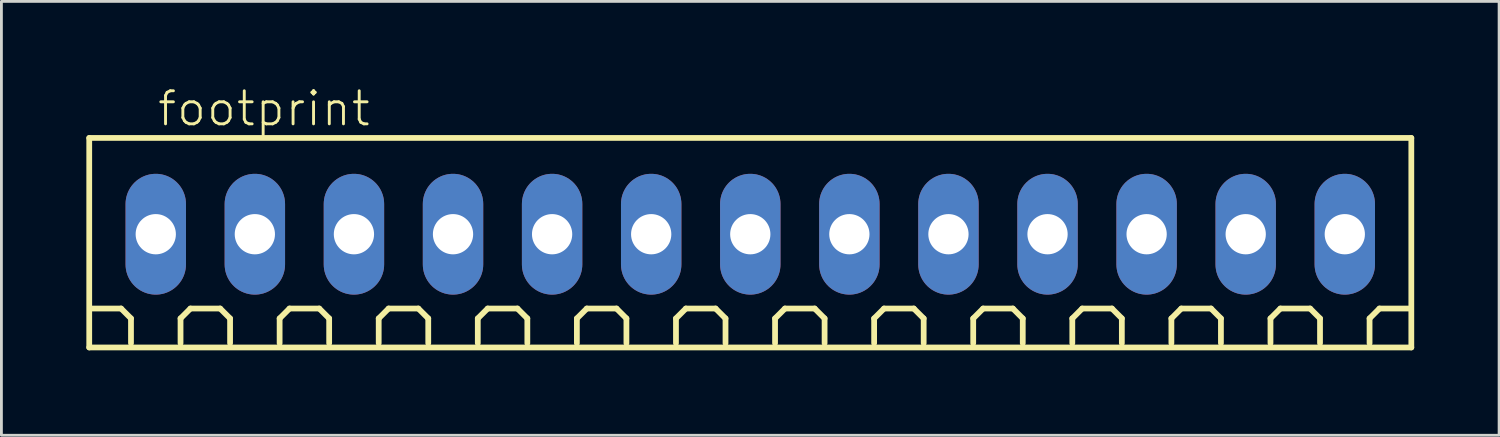
<source format=kicad_pcb>
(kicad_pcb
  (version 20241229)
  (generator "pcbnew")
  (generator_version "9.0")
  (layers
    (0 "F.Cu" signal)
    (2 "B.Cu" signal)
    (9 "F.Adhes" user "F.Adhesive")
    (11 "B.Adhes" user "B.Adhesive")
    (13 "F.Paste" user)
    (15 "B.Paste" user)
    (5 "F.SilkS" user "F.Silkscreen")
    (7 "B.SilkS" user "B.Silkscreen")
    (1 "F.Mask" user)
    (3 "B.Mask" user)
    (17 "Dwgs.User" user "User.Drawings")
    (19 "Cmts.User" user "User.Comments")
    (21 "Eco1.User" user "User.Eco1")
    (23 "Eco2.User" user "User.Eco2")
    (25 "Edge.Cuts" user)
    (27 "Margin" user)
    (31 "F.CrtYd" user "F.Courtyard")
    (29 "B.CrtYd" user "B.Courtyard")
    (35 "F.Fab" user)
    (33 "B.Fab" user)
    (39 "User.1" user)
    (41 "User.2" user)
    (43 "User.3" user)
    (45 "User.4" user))
  (footprint "footprint"
    (layer "F.Cu")
    (at 23.452 5.223)
    (property "Reference" "footprint" (at -21 -3.75 0) (layer "F.SilkS") (effects (font (size 1.168 1.168) (thickness 0.102)) (justify left bottom)))
    (fp_line (start -23.35 -3.4) (end 23.35 -3.4) (stroke (width 0.203) (type solid)) (layer "F.SilkS"))
    (fp_line (start -23.35 4) (end -23.35 -3.4) (stroke (width 0.203) (type solid)) (layer "F.SilkS"))
    (fp_line (start -22.225 2.625) (end -23.275 2.625) (stroke (width 0.203) (type solid)) (layer "F.SilkS"))
    (fp_line (start -21.875 2.975) (end -22.225 2.625) (stroke (width 0.203) (type solid)) (layer "F.SilkS"))
    (fp_line (start -21.875 3.85) (end -21.875 2.975) (stroke (width 0.203) (type solid)) (layer "F.SilkS"))
    (fp_line (start -20.125 2.975) (end -19.775 2.625) (stroke (width 0.203) (type solid)) (layer "F.SilkS"))
    (fp_line (start -20.125 3.85) (end -20.125 2.975) (stroke (width 0.203) (type solid)) (layer "F.SilkS"))
    (fp_line (start -19.775 2.625) (end -18.725 2.625) (stroke (width 0.203) (type solid)) (layer "F.SilkS"))
    (fp_line (start -18.725 2.625) (end -18.375 2.975) (stroke (width 0.203) (type solid)) (layer "F.SilkS"))
    (fp_line (start -18.375 2.975) (end -18.375 3.85) (stroke (width 0.203) (type solid)) (layer "F.SilkS"))
    (fp_line (start -16.625 2.975) (end -16.275 2.625) (stroke (width 0.203) (type solid)) (layer "F.SilkS"))
    (fp_line (start -16.625 3.85) (end -16.625 2.975) (stroke (width 0.203) (type solid)) (layer "F.SilkS"))
    (fp_line (start -16.275 2.625) (end -15.225 2.625) (stroke (width 0.203) (type solid)) (layer "F.SilkS"))
    (fp_line (start -15.225 2.625) (end -14.875 2.975) (stroke (width 0.203) (type solid)) (layer "F.SilkS"))
    (fp_line (start -14.875 2.975) (end -14.875 3.85) (stroke (width 0.203) (type solid)) (layer "F.SilkS"))
    (fp_line (start -13.125 2.975) (end -12.775 2.625) (stroke (width 0.203) (type solid)) (layer "F.SilkS"))
    (fp_line (start -13.125 3.85) (end -13.125 2.975) (stroke (width 0.203) (type solid)) (layer "F.SilkS"))
    (fp_line (start -12.775 2.625) (end -11.725 2.625) (stroke (width 0.203) (type solid)) (layer "F.SilkS"))
    (fp_line (start -11.725 2.625) (end -11.375 2.975) (stroke (width 0.203) (type solid)) (layer "F.SilkS"))
    (fp_line (start -11.375 2.975) (end -11.375 3.85) (stroke (width 0.203) (type solid)) (layer "F.SilkS"))
    (fp_line (start -9.625 2.975) (end -9.275 2.625) (stroke (width 0.203) (type solid)) (layer "F.SilkS"))
    (fp_line (start -9.625 3.85) (end -9.625 2.975) (stroke (width 0.203) (type solid)) (layer "F.SilkS"))
    (fp_line (start -9.275 2.625) (end -8.225 2.625) (stroke (width 0.203) (type solid)) (layer "F.SilkS"))
    (fp_line (start -8.225 2.625) (end -7.875 2.975) (stroke (width 0.203) (type solid)) (layer "F.SilkS"))
    (fp_line (start -7.875 2.975) (end -7.875 3.85) (stroke (width 0.203) (type solid)) (layer "F.SilkS"))
    (fp_line (start -6.125 2.975) (end -5.775 2.625) (stroke (width 0.203) (type solid)) (layer "F.SilkS"))
    (fp_line (start -6.125 3.85) (end -6.125 2.975) (stroke (width 0.203) (type solid)) (layer "F.SilkS"))
    (fp_line (start -5.775 2.625) (end -4.725 2.625) (stroke (width 0.203) (type solid)) (layer "F.SilkS"))
    (fp_line (start -4.725 2.625) (end -4.375 2.975) (stroke (width 0.203) (type solid)) (layer "F.SilkS"))
    (fp_line (start -4.375 2.975) (end -4.375 3.85) (stroke (width 0.203) (type solid)) (layer "F.SilkS"))
    (fp_line (start -2.625 2.975) (end -2.275 2.625) (stroke (width 0.203) (type solid)) (layer "F.SilkS"))
    (fp_line (start -2.625 3.85) (end -2.625 2.975) (stroke (width 0.203) (type solid)) (layer "F.SilkS"))
    (fp_line (start -2.275 2.625) (end -1.225 2.625) (stroke (width 0.203) (type solid)) (layer "F.SilkS"))
    (fp_line (start -1.225 2.625) (end -0.875 2.975) (stroke (width 0.203) (type solid)) (layer "F.SilkS"))
    (fp_line (start -0.875 2.975) (end -0.875 3.85) (stroke (width 0.203) (type solid)) (layer "F.SilkS"))
    (fp_line (start 0.875 2.975) (end 1.225 2.625) (stroke (width 0.203) (type solid)) (layer "F.SilkS"))
    (fp_line (start 0.875 3.85) (end 0.875 2.975) (stroke (width 0.203) (type solid)) (layer "F.SilkS"))
    (fp_line (start 1.225 2.625) (end 2.275 2.625) (stroke (width 0.203) (type solid)) (layer "F.SilkS"))
    (fp_line (start 2.275 2.625) (end 2.625 2.975) (stroke (width 0.203) (type solid)) (layer "F.SilkS"))
    (fp_line (start 2.625 2.975) (end 2.625 3.85) (stroke (width 0.203) (type solid)) (layer "F.SilkS"))
    (fp_line (start 4.375 2.975) (end 4.725 2.625) (stroke (width 0.203) (type solid)) (layer "F.SilkS"))
    (fp_line (start 4.375 3.85) (end 4.375 2.975) (stroke (width 0.203) (type solid)) (layer "F.SilkS"))
    (fp_line (start 4.725 2.625) (end 5.775 2.625) (stroke (width 0.203) (type solid)) (layer "F.SilkS"))
    (fp_line (start 5.775 2.625) (end 6.125 2.975) (stroke (width 0.203) (type solid)) (layer "F.SilkS"))
    (fp_line (start 6.125 2.975) (end 6.125 3.85) (stroke (width 0.203) (type solid)) (layer "F.SilkS"))
    (fp_line (start 7.875 2.975) (end 8.225 2.625) (stroke (width 0.203) (type solid)) (layer "F.SilkS"))
    (fp_line (start 7.875 3.85) (end 7.875 2.975) (stroke (width 0.203) (type solid)) (layer "F.SilkS"))
    (fp_line (start 8.225 2.625) (end 9.275 2.625) (stroke (width 0.203) (type solid)) (layer "F.SilkS"))
    (fp_line (start 9.275 2.625) (end 9.625 2.975) (stroke (width 0.203) (type solid)) (layer "F.SilkS"))
    (fp_line (start 9.625 2.975) (end 9.625 3.85) (stroke (width 0.203) (type solid)) (layer "F.SilkS"))
    (fp_line (start 11.375 2.975) (end 11.725 2.625) (stroke (width 0.203) (type solid)) (layer "F.SilkS"))
    (fp_line (start 11.375 3.85) (end 11.375 2.975) (stroke (width 0.203) (type solid)) (layer "F.SilkS"))
    (fp_line (start 11.725 2.625) (end 12.775 2.625) (stroke (width 0.203) (type solid)) (layer "F.SilkS"))
    (fp_line (start 12.775 2.625) (end 13.125 2.975) (stroke (width 0.203) (type solid)) (layer "F.SilkS"))
    (fp_line (start 13.125 2.975) (end 13.125 3.85) (stroke (width 0.203) (type solid)) (layer "F.SilkS"))
    (fp_line (start 14.875 2.975) (end 15.225 2.625) (stroke (width 0.203) (type solid)) (layer "F.SilkS"))
    (fp_line (start 14.875 3.85) (end 14.875 2.975) (stroke (width 0.203) (type solid)) (layer "F.SilkS"))
    (fp_line (start 15.225 2.625) (end 16.275 2.625) (stroke (width 0.203) (type solid)) (layer "F.SilkS"))
    (fp_line (start 16.275 2.625) (end 16.625 2.975) (stroke (width 0.203) (type solid)) (layer "F.SilkS"))
    (fp_line (start 16.625 2.975) (end 16.625 3.85) (stroke (width 0.203) (type solid)) (layer "F.SilkS"))
    (fp_line (start 18.375 2.975) (end 18.725 2.625) (stroke (width 0.203) (type solid)) (layer "F.SilkS"))
    (fp_line (start 18.375 3.85) (end 18.375 2.975) (stroke (width 0.203) (type solid)) (layer "F.SilkS"))
    (fp_line (start 18.725 2.625) (end 19.775 2.625) (stroke (width 0.203) (type solid)) (layer "F.SilkS"))
    (fp_line (start 19.775 2.625) (end 20.125 2.975) (stroke (width 0.203) (type solid)) (layer "F.SilkS"))
    (fp_line (start 20.125 2.975) (end 20.125 3.85) (stroke (width 0.203) (type solid)) (layer "F.SilkS"))
    (fp_line (start 21.875 2.975) (end 22.225 2.625) (stroke (width 0.203) (type solid)) (layer "F.SilkS"))
    (fp_line (start 21.875 3.85) (end 21.875 2.975) (stroke (width 0.203) (type solid)) (layer "F.SilkS"))
    (fp_line (start 23.275 2.625) (end 22.225 2.625) (stroke (width 0.203) (type solid)) (layer "F.SilkS"))
    (fp_line (start 23.35 -3.4) (end 23.35 4) (stroke (width 0.203) (type solid)) (layer "F.SilkS"))
    (fp_line (start 23.35 4) (end -23.35 4) (stroke (width 0.203) (type solid)) (layer "F.SilkS"))
    (pad "1" thru_hole oval (at -21 0 90) (size 4.267 2.134) (drill 1.422) (layers "*.Cu" "*.Mask"))
    (pad "2" thru_hole oval (at -17.5 0 90) (size 4.267 2.134) (drill 1.422) (layers "*.Cu" "*.Mask"))
    (pad "3" thru_hole oval (at -14 0 90) (size 4.267 2.134) (drill 1.422) (layers "*.Cu" "*.Mask"))
    (pad "4" thru_hole oval (at -10.5 0 90) (size 4.267 2.134) (drill 1.422) (layers "*.Cu" "*.Mask"))
    (pad "5" thru_hole oval (at -7 0 90) (size 4.267 2.134) (drill 1.422) (layers "*.Cu" "*.Mask"))
    (pad "6" thru_hole oval (at -3.5 0 90) (size 4.267 2.134) (drill 1.422) (layers "*.Cu" "*.Mask"))
    (pad "7" thru_hole oval (at 0 0 90) (size 4.267 2.134) (drill 1.422) (layers "*.Cu" "*.Mask"))
    (pad "8" thru_hole oval (at 3.5 0 90) (size 4.267 2.134) (drill 1.422) (layers "*.Cu" "*.Mask"))
    (pad "9" thru_hole oval (at 7 0 90) (size 4.267 2.134) (drill 1.422) (layers "*.Cu" "*.Mask"))
    (pad "10" thru_hole oval (at 10.5 0 90) (size 4.267 2.134) (drill 1.422) (layers "*.Cu" "*.Mask"))
    (pad "11" thru_hole oval (at 14 0 90) (size 4.267 2.134) (drill 1.422) (layers "*.Cu" "*.Mask"))
    (pad "12" thru_hole oval (at 17.5 0 90) (size 4.267 2.134) (drill 1.422) (layers "*.Cu" "*.Mask"))
    (pad "13" thru_hole oval (at 21 0 90) (size 4.267 2.134) (drill 1.422) (layers "*.Cu" "*.Mask")))
  (gr_rect
    (start -3 -3)
    (end 49.903 12.325)
    (stroke (width 0.1) (type default))
    (fill no)
    (layer "Edge.Cuts")))
</source>
